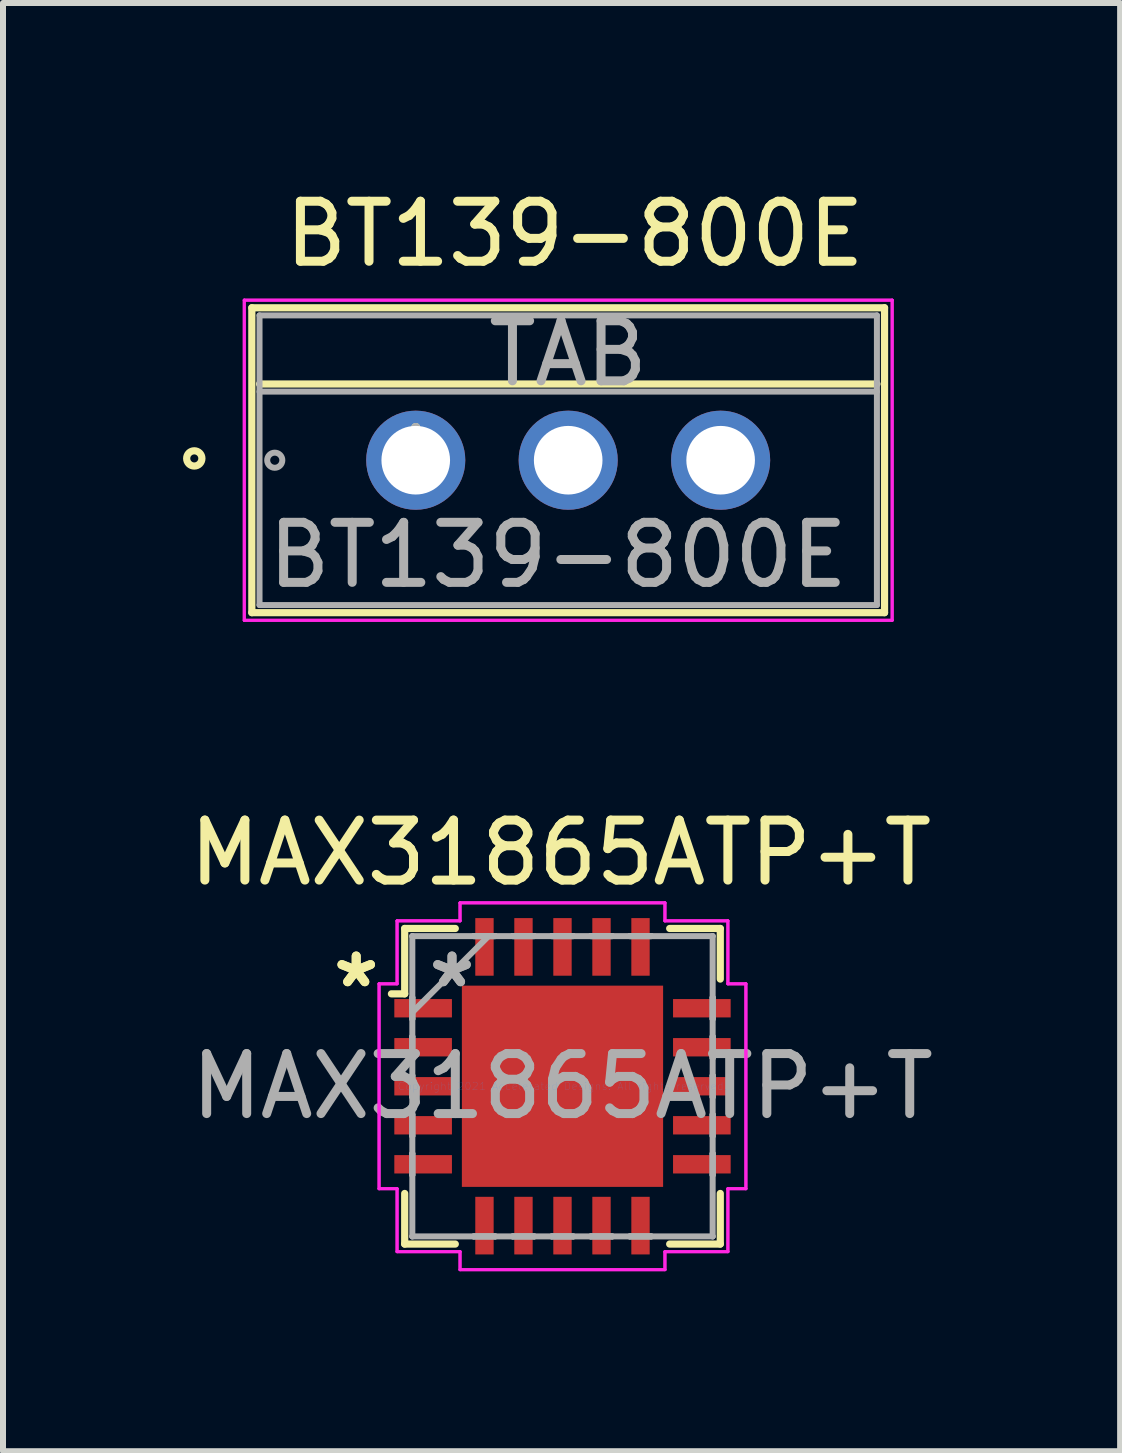
<source format=kicad_pcb>
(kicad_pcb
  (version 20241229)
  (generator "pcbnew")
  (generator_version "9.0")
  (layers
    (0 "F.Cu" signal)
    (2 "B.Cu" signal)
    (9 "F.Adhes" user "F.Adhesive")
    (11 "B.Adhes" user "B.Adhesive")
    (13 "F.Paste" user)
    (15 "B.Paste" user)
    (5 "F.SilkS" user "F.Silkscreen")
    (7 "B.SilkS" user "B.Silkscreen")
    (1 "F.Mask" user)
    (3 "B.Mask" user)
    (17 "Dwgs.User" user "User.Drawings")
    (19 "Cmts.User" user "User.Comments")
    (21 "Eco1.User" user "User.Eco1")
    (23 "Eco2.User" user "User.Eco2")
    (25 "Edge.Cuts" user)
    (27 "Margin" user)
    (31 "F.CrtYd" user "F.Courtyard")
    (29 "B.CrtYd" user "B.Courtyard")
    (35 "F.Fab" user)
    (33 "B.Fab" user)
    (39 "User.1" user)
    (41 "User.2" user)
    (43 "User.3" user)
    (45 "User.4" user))
  (footprint "BT139-800E"
    (layer "F.Cu")
    (at 3.877 4.618)
    (property "Reference" "BT139-800E" (at 2.65 -3.77 0) (layer "F.SilkS") (effects (font (size 1 1) (thickness 0.15))))
    (attr through_hole)
    (fp_line (start -2.731 -2.54) (end -2.731 2.54) (stroke (width 0.12) (type solid)) (layer "F.SilkS"))
    (fp_line (start -2.731 2.54) (end 7.811 2.54) (stroke (width 0.12) (type solid)) (layer "F.SilkS"))
    (fp_line (start -2.603 -1.27) (end 7.684 -1.27) (stroke (width 0.12) (type solid)) (layer "F.SilkS"))
    (fp_line (start 7.811 -2.54) (end -2.731 -2.54) (stroke (width 0.12) (type solid)) (layer "F.SilkS"))
    (fp_line (start 7.811 2.54) (end 7.811 -2.54) (stroke (width 0.12) (type solid)) (layer "F.SilkS"))
    (fp_circle (center -3.69 -0.03) (end -3.563 -0.03) (stroke (width 0.12) (type solid)) (fill no) (layer "F.SilkS"))
    (fp_line (start -2.857 -2.667) (end -2.857 2.667) (stroke (width 0.05) (type solid)) (layer "F.CrtYd"))
    (fp_line (start -2.857 -2.667) (end -2.857 2.667) (stroke (width 0.05) (type solid)) (layer "F.CrtYd"))
    (fp_line (start -2.857 2.667) (end 7.938 2.667) (stroke (width 0.05) (type solid)) (layer "F.CrtYd"))
    (fp_line (start -2.857 2.667) (end 7.938 2.667) (stroke (width 0.05) (type solid)) (layer "F.CrtYd"))
    (fp_line (start 7.938 -2.667) (end -2.857 -2.667) (stroke (width 0.05) (type solid)) (layer "F.CrtYd"))
    (fp_line (start 7.938 -2.667) (end -2.857 -2.667) (stroke (width 0.05) (type solid)) (layer "F.CrtYd"))
    (fp_line (start 7.938 2.667) (end 7.938 -2.667) (stroke (width 0.05) (type solid)) (layer "F.CrtYd"))
    (fp_line (start 7.938 2.667) (end 7.938 -2.667) (stroke (width 0.05) (type solid)) (layer "F.CrtYd"))
    (fp_line (start -2.603 -2.413) (end -2.603 2.413) (stroke (width 0.1) (type solid)) (layer "F.Fab"))
    (fp_line (start -2.603 -1.143) (end 7.684 -1.143) (stroke (width 0.1) (type solid)) (layer "F.Fab"))
    (fp_line (start -2.603 2.413) (end 7.684 2.413) (stroke (width 0.1) (type solid)) (layer "F.Fab"))
    (fp_line (start 7.684 -2.413) (end -2.603 -2.413) (stroke (width 0.1) (type solid)) (layer "F.Fab"))
    (fp_line (start 7.684 2.413) (end 7.684 -2.413) (stroke (width 0.1) (type solid)) (layer "F.Fab"))
    (fp_circle (center -2.349 0) (end -2.223 0) (stroke (width 0.1) (type solid)) (fill no) (layer "F.Fab"))
    (fp_text user "*" (at 0 0 0) (layer "F.SilkS") (effects (font (size 1 1) (thickness 0.15))))
    (fp_text user "TAB" (at 2.54 -1.778 0) (layer "F.Fab") (effects (font (size 1 1) (thickness 0.15))))
    (fp_text user "${REFERENCE}" (at 2.37 1.58 0) (layer "F.Fab") (effects (font (size 1 1) (thickness 0.15))))
    (fp_text user "*" (at 0 0 0) (layer "F.Fab") (effects (font (size 1 1) (thickness 0.15))))
    (pad "1" thru_hole circle (at 0 0) (size 1.651 1.651) (drill 1.143) (layers "*.Cu" "*.Mask"))
    (pad "2" thru_hole circle (at 2.54 0) (size 1.651 1.651) (drill 1.143) (layers "*.Cu" "*.Mask"))
    (pad "3" thru_hole circle (at 5.08 0) (size 1.651 1.651) (drill 1.143) (layers "*.Cu" "*.Mask")))
  (footprint "MAX31865ATP+T"
    (layer "F.Cu")
    (at 6.322 15.049)
    (property "Reference" "MAX31865ATP+T" (at -0.03 -3.89 0) (layer "F.SilkS") (effects (font (size 1 1) (thickness 0.15))))
    (attr through_hole)
    (fp_line (start -2.629 -2.629) (end -2.629 -1.54) (stroke (width 0.12) (type solid)) (layer "F.SilkS"))
    (fp_line (start -2.629 -1.54) (end -2.85 -1.54) (stroke (width 0.12) (type solid)) (layer "F.SilkS"))
    (fp_line (start -2.629 1.786) (end -2.629 2.629) (stroke (width 0.12) (type solid)) (layer "F.SilkS"))
    (fp_line (start -2.629 2.629) (end -1.786 2.629) (stroke (width 0.12) (type solid)) (layer "F.SilkS"))
    (fp_line (start -1.786 -2.629) (end -2.629 -2.629) (stroke (width 0.12) (type solid)) (layer "F.SilkS"))
    (fp_line (start 1.786 2.629) (end 2.629 2.629) (stroke (width 0.12) (type solid)) (layer "F.SilkS"))
    (fp_line (start 2.629 -2.629) (end 1.786 -2.629) (stroke (width 0.12) (type solid)) (layer "F.SilkS"))
    (fp_line (start 2.629 -1.786) (end 2.629 -2.629) (stroke (width 0.12) (type solid)) (layer "F.SilkS"))
    (fp_line (start 2.629 2.629) (end 2.629 1.786) (stroke (width 0.12) (type solid)) (layer "F.SilkS"))
    (fp_poly (pts (xy -1.576 -1.576) (xy -1.576 -0.1) (xy -0.1 -0.1) (xy -0.1 -1.576)) (stroke (width 0.1) (type solid)) (fill yes) (layer "F.Paste"))
    (fp_poly (pts (xy -1.576 0.1) (xy -1.576 1.576) (xy -0.1 1.576) (xy -0.1 0.1)) (stroke (width 0.1) (type solid)) (fill yes) (layer "F.Paste"))
    (fp_poly (pts (xy 0.1 -1.576) (xy 0.1 -0.1) (xy 1.576 -0.1) (xy 1.576 -1.576)) (stroke (width 0.1) (type solid)) (fill yes) (layer "F.Paste"))
    (fp_poly (pts (xy 0.1 0.1) (xy 0.1 1.576) (xy 1.576 1.576) (xy 1.576 0.1)) (stroke (width 0.1) (type solid)) (fill yes) (layer "F.Paste"))
    (fp_line (start -3.056 -1.707) (end -2.756 -1.707) (stroke (width 0.05) (type solid)) (layer "F.CrtYd"))
    (fp_line (start -3.056 -1.707) (end -2.756 -1.707) (stroke (width 0.05) (type solid)) (layer "F.CrtYd"))
    (fp_line (start -3.056 1.707) (end -3.056 -1.707) (stroke (width 0.05) (type solid)) (layer "F.CrtYd"))
    (fp_line (start -3.056 1.707) (end -3.056 -1.707) (stroke (width 0.05) (type solid)) (layer "F.CrtYd"))
    (fp_line (start -2.756 -2.756) (end -1.707 -2.756) (stroke (width 0.05) (type solid)) (layer "F.CrtYd"))
    (fp_line (start -2.756 -2.756) (end -1.707 -2.756) (stroke (width 0.05) (type solid)) (layer "F.CrtYd"))
    (fp_line (start -2.756 -1.707) (end -2.756 -2.756) (stroke (width 0.05) (type solid)) (layer "F.CrtYd"))
    (fp_line (start -2.756 -1.707) (end -2.756 -2.756) (stroke (width 0.05) (type solid)) (layer "F.CrtYd"))
    (fp_line (start -2.756 1.707) (end -3.056 1.707) (stroke (width 0.05) (type solid)) (layer "F.CrtYd"))
    (fp_line (start -2.756 1.707) (end -3.056 1.707) (stroke (width 0.05) (type solid)) (layer "F.CrtYd"))
    (fp_line (start -2.756 2.756) (end -2.756 1.707) (stroke (width 0.05) (type solid)) (layer "F.CrtYd"))
    (fp_line (start -2.756 2.756) (end -2.756 1.707) (stroke (width 0.05) (type solid)) (layer "F.CrtYd"))
    (fp_line (start -1.707 -3.056) (end 1.707 -3.056) (stroke (width 0.05) (type solid)) (layer "F.CrtYd"))
    (fp_line (start -1.707 -3.056) (end 1.707 -3.056) (stroke (width 0.05) (type solid)) (layer "F.CrtYd"))
    (fp_line (start -1.707 -2.756) (end -1.707 -3.056) (stroke (width 0.05) (type solid)) (layer "F.CrtYd"))
    (fp_line (start -1.707 -2.756) (end -1.707 -3.056) (stroke (width 0.05) (type solid)) (layer "F.CrtYd"))
    (fp_line (start -1.707 2.756) (end -2.756 2.756) (stroke (width 0.05) (type solid)) (layer "F.CrtYd"))
    (fp_line (start -1.707 2.756) (end -2.756 2.756) (stroke (width 0.05) (type solid)) (layer "F.CrtYd"))
    (fp_line (start -1.707 3.056) (end -1.707 2.756) (stroke (width 0.05) (type solid)) (layer "F.CrtYd"))
    (fp_line (start -1.707 3.056) (end -1.707 2.756) (stroke (width 0.05) (type solid)) (layer "F.CrtYd"))
    (fp_line (start 1.707 -3.056) (end 1.707 -2.756) (stroke (width 0.05) (type solid)) (layer "F.CrtYd"))
    (fp_line (start 1.707 -3.056) (end 1.707 -2.756) (stroke (width 0.05) (type solid)) (layer "F.CrtYd"))
    (fp_line (start 1.707 -2.756) (end 2.756 -2.756) (stroke (width 0.05) (type solid)) (layer "F.CrtYd"))
    (fp_line (start 1.707 -2.756) (end 2.756 -2.756) (stroke (width 0.05) (type solid)) (layer "F.CrtYd"))
    (fp_line (start 1.707 2.756) (end 1.707 3.056) (stroke (width 0.05) (type solid)) (layer "F.CrtYd"))
    (fp_line (start 1.707 2.756) (end 1.707 3.056) (stroke (width 0.05) (type solid)) (layer "F.CrtYd"))
    (fp_line (start 1.707 3.056) (end -1.707 3.056) (stroke (width 0.05) (type solid)) (layer "F.CrtYd"))
    (fp_line (start 1.707 3.056) (end -1.707 3.056) (stroke (width 0.05) (type solid)) (layer "F.CrtYd"))
    (fp_line (start 2.756 -2.756) (end 2.756 -1.707) (stroke (width 0.05) (type solid)) (layer "F.CrtYd"))
    (fp_line (start 2.756 -2.756) (end 2.756 -1.707) (stroke (width 0.05) (type solid)) (layer "F.CrtYd"))
    (fp_line (start 2.756 -1.707) (end 3.056 -1.707) (stroke (width 0.05) (type solid)) (layer "F.CrtYd"))
    (fp_line (start 2.756 -1.707) (end 3.056 -1.707) (stroke (width 0.05) (type solid)) (layer "F.CrtYd"))
    (fp_line (start 2.756 1.707) (end 2.756 2.756) (stroke (width 0.05) (type solid)) (layer "F.CrtYd"))
    (fp_line (start 2.756 1.707) (end 2.756 2.756) (stroke (width 0.05) (type solid)) (layer "F.CrtYd"))
    (fp_line (start 2.756 2.756) (end 1.707 2.756) (stroke (width 0.05) (type solid)) (layer "F.CrtYd"))
    (fp_line (start 2.756 2.756) (end 1.707 2.756) (stroke (width 0.05) (type solid)) (layer "F.CrtYd"))
    (fp_line (start 3.056 -1.707) (end 3.056 1.707) (stroke (width 0.05) (type solid)) (layer "F.CrtYd"))
    (fp_line (start 3.056 -1.707) (end 3.056 1.707) (stroke (width 0.05) (type solid)) (layer "F.CrtYd"))
    (fp_line (start 3.056 1.707) (end 2.756 1.707) (stroke (width 0.05) (type solid)) (layer "F.CrtYd"))
    (fp_line (start 3.056 1.707) (end 2.756 1.707) (stroke (width 0.05) (type solid)) (layer "F.CrtYd"))
    (fp_line (start -2.502 -2.502) (end -2.502 -2.502) (stroke (width 0.1) (type solid)) (layer "F.Fab"))
    (fp_line (start -2.502 -2.502) (end -2.502 2.502) (stroke (width 0.1) (type solid)) (layer "F.Fab"))
    (fp_line (start -2.502 -1.478) (end -2.502 -1.478) (stroke (width 0.1) (type solid)) (layer "F.Fab"))
    (fp_line (start -2.502 -1.478) (end -2.502 -1.122) (stroke (width 0.1) (type solid)) (layer "F.Fab"))
    (fp_line (start -2.502 -1.232) (end -1.232 -2.502) (stroke (width 0.1) (type solid)) (layer "F.Fab"))
    (fp_line (start -2.502 -1.122) (end -2.502 -1.478) (stroke (width 0.1) (type solid)) (layer "F.Fab"))
    (fp_line (start -2.502 -1.122) (end -2.502 -1.122) (stroke (width 0.1) (type solid)) (layer "F.Fab"))
    (fp_line (start -2.502 -0.828) (end -2.502 -0.828) (stroke (width 0.1) (type solid)) (layer "F.Fab"))
    (fp_line (start -2.502 -0.828) (end -2.502 -0.472) (stroke (width 0.1) (type solid)) (layer "F.Fab"))
    (fp_line (start -2.502 -0.472) (end -2.502 -0.828) (stroke (width 0.1) (type solid)) (layer "F.Fab"))
    (fp_line (start -2.502 -0.472) (end -2.502 -0.472) (stroke (width 0.1) (type solid)) (layer "F.Fab"))
    (fp_line (start -2.502 -0.178) (end -2.502 -0.178) (stroke (width 0.1) (type solid)) (layer "F.Fab"))
    (fp_line (start -2.502 -0.178) (end -2.502 0.178) (stroke (width 0.1) (type solid)) (layer "F.Fab"))
    (fp_line (start -2.502 0.178) (end -2.502 -0.178) (stroke (width 0.1) (type solid)) (layer "F.Fab"))
    (fp_line (start -2.502 0.178) (end -2.502 0.178) (stroke (width 0.1) (type solid)) (layer "F.Fab"))
    (fp_line (start -2.502 0.472) (end -2.502 0.472) (stroke (width 0.1) (type solid)) (layer "F.Fab"))
    (fp_line (start -2.502 0.472) (end -2.502 0.828) (stroke (width 0.1) (type solid)) (layer "F.Fab"))
    (fp_line (start -2.502 0.828) (end -2.502 0.472) (stroke (width 0.1) (type solid)) (layer "F.Fab"))
    (fp_line (start -2.502 0.828) (end -2.502 0.828) (stroke (width 0.1) (type solid)) (layer "F.Fab"))
    (fp_line (start -2.502 1.122) (end -2.502 1.122) (stroke (width 0.1) (type solid)) (layer "F.Fab"))
    (fp_line (start -2.502 1.122) (end -2.502 1.478) (stroke (width 0.1) (type solid)) (layer "F.Fab"))
    (fp_line (start -2.502 1.478) (end -2.502 1.122) (stroke (width 0.1) (type solid)) (layer "F.Fab"))
    (fp_line (start -2.502 1.478) (end -2.502 1.478) (stroke (width 0.1) (type solid)) (layer "F.Fab"))
    (fp_line (start -2.502 2.502) (end -2.502 2.502) (stroke (width 0.1) (type solid)) (layer "F.Fab"))
    (fp_line (start -2.502 2.502) (end 2.502 2.502) (stroke (width 0.1) (type solid)) (layer "F.Fab"))
    (fp_line (start -1.478 -2.502) (end -1.478 -2.502) (stroke (width 0.1) (type solid)) (layer "F.Fab"))
    (fp_line (start -1.478 -2.502) (end -1.122 -2.502) (stroke (width 0.1) (type solid)) (layer "F.Fab"))
    (fp_line (start -1.478 2.502) (end -1.478 2.502) (stroke (width 0.1) (type solid)) (layer "F.Fab"))
    (fp_line (start -1.478 2.502) (end -1.122 2.502) (stroke (width 0.1) (type solid)) (layer "F.Fab"))
    (fp_line (start -1.122 -2.502) (end -1.478 -2.502) (stroke (width 0.1) (type solid)) (layer "F.Fab"))
    (fp_line (start -1.122 -2.502) (end -1.122 -2.502) (stroke (width 0.1) (type solid)) (layer "F.Fab"))
    (fp_line (start -1.122 2.502) (end -1.478 2.502) (stroke (width 0.1) (type solid)) (layer "F.Fab"))
    (fp_line (start -1.122 2.502) (end -1.122 2.502) (stroke (width 0.1) (type solid)) (layer "F.Fab"))
    (fp_line (start -0.828 -2.502) (end -0.828 -2.502) (stroke (width 0.1) (type solid)) (layer "F.Fab"))
    (fp_line (start -0.828 -2.502) (end -0.472 -2.502) (stroke (width 0.1) (type solid)) (layer "F.Fab"))
    (fp_line (start -0.828 2.502) (end -0.828 2.502) (stroke (width 0.1) (type solid)) (layer "F.Fab"))
    (fp_line (start -0.828 2.502) (end -0.472 2.502) (stroke (width 0.1) (type solid)) (layer "F.Fab"))
    (fp_line (start -0.472 -2.502) (end -0.828 -2.502) (stroke (width 0.1) (type solid)) (layer "F.Fab"))
    (fp_line (start -0.472 -2.502) (end -0.472 -2.502) (stroke (width 0.1) (type solid)) (layer "F.Fab"))
    (fp_line (start -0.472 2.502) (end -0.828 2.502) (stroke (width 0.1) (type solid)) (layer "F.Fab"))
    (fp_line (start -0.472 2.502) (end -0.472 2.502) (stroke (width 0.1) (type solid)) (layer "F.Fab"))
    (fp_line (start -0.178 -2.502) (end -0.178 -2.502) (stroke (width 0.1) (type solid)) (layer "F.Fab"))
    (fp_line (start -0.178 -2.502) (end 0.178 -2.502) (stroke (width 0.1) (type solid)) (layer "F.Fab"))
    (fp_line (start -0.178 2.502) (end -0.178 2.502) (stroke (width 0.1) (type solid)) (layer "F.Fab"))
    (fp_line (start -0.178 2.502) (end 0.178 2.502) (stroke (width 0.1) (type solid)) (layer "F.Fab"))
    (fp_line (start 0.178 -2.502) (end -0.178 -2.502) (stroke (width 0.1) (type solid)) (layer "F.Fab"))
    (fp_line (start 0.178 -2.502) (end 0.178 -2.502) (stroke (width 0.1) (type solid)) (layer "F.Fab"))
    (fp_line (start 0.178 2.502) (end -0.178 2.502) (stroke (width 0.1) (type solid)) (layer "F.Fab"))
    (fp_line (start 0.178 2.502) (end 0.178 2.502) (stroke (width 0.1) (type solid)) (layer "F.Fab"))
    (fp_line (start 0.472 -2.502) (end 0.472 -2.502) (stroke (width 0.1) (type solid)) (layer "F.Fab"))
    (fp_line (start 0.472 -2.502) (end 0.828 -2.502) (stroke (width 0.1) (type solid)) (layer "F.Fab"))
    (fp_line (start 0.472 2.502) (end 0.472 2.502) (stroke (width 0.1) (type solid)) (layer "F.Fab"))
    (fp_line (start 0.472 2.502) (end 0.828 2.502) (stroke (width 0.1) (type solid)) (layer "F.Fab"))
    (fp_line (start 0.828 -2.502) (end 0.472 -2.502) (stroke (width 0.1) (type solid)) (layer "F.Fab"))
    (fp_line (start 0.828 -2.502) (end 0.828 -2.502) (stroke (width 0.1) (type solid)) (layer "F.Fab"))
    (fp_line (start 0.828 2.502) (end 0.472 2.502) (stroke (width 0.1) (type solid)) (layer "F.Fab"))
    (fp_line (start 0.828 2.502) (end 0.828 2.502) (stroke (width 0.1) (type solid)) (layer "F.Fab"))
    (fp_line (start 1.122 -2.502) (end 1.122 -2.502) (stroke (width 0.1) (type solid)) (layer "F.Fab"))
    (fp_line (start 1.122 -2.502) (end 1.478 -2.502) (stroke (width 0.1) (type solid)) (layer "F.Fab"))
    (fp_line (start 1.122 2.502) (end 1.122 2.502) (stroke (width 0.1) (type solid)) (layer "F.Fab"))
    (fp_line (start 1.122 2.502) (end 1.478 2.502) (stroke (width 0.1) (type solid)) (layer "F.Fab"))
    (fp_line (start 1.478 -2.502) (end 1.122 -2.502) (stroke (width 0.1) (type solid)) (layer "F.Fab"))
    (fp_line (start 1.478 -2.502) (end 1.478 -2.502) (stroke (width 0.1) (type solid)) (layer "F.Fab"))
    (fp_line (start 1.478 2.502) (end 1.122 2.502) (stroke (width 0.1) (type solid)) (layer "F.Fab"))
    (fp_line (start 1.478 2.502) (end 1.478 2.502) (stroke (width 0.1) (type solid)) (layer "F.Fab"))
    (fp_line (start 2.502 -2.502) (end -2.502 -2.502) (stroke (width 0.1) (type solid)) (layer "F.Fab"))
    (fp_line (start 2.502 -2.502) (end 2.502 -2.502) (stroke (width 0.1) (type solid)) (layer "F.Fab"))
    (fp_line (start 2.502 -1.478) (end 2.502 -1.478) (stroke (width 0.1) (type solid)) (layer "F.Fab"))
    (fp_line (start 2.502 -1.478) (end 2.502 -1.122) (stroke (width 0.1) (type solid)) (layer "F.Fab"))
    (fp_line (start 2.502 -1.122) (end 2.502 -1.478) (stroke (width 0.1) (type solid)) (layer "F.Fab"))
    (fp_line (start 2.502 -1.122) (end 2.502 -1.122) (stroke (width 0.1) (type solid)) (layer "F.Fab"))
    (fp_line (start 2.502 -0.828) (end 2.502 -0.828) (stroke (width 0.1) (type solid)) (layer "F.Fab"))
    (fp_line (start 2.502 -0.828) (end 2.502 -0.472) (stroke (width 0.1) (type solid)) (layer "F.Fab"))
    (fp_line (start 2.502 -0.472) (end 2.502 -0.828) (stroke (width 0.1) (type solid)) (layer "F.Fab"))
    (fp_line (start 2.502 -0.472) (end 2.502 -0.472) (stroke (width 0.1) (type solid)) (layer "F.Fab"))
    (fp_line (start 2.502 -0.178) (end 2.502 -0.178) (stroke (width 0.1) (type solid)) (layer "F.Fab"))
    (fp_line (start 2.502 -0.178) (end 2.502 0.178) (stroke (width 0.1) (type solid)) (layer "F.Fab"))
    (fp_line (start 2.502 0.178) (end 2.502 -0.178) (stroke (width 0.1) (type solid)) (layer "F.Fab"))
    (fp_line (start 2.502 0.178) (end 2.502 0.178) (stroke (width 0.1) (type solid)) (layer "F.Fab"))
    (fp_line (start 2.502 0.472) (end 2.502 0.472) (stroke (width 0.1) (type solid)) (layer "F.Fab"))
    (fp_line (start 2.502 0.472) (end 2.502 0.828) (stroke (width 0.1) (type solid)) (layer "F.Fab"))
    (fp_line (start 2.502 0.828) (end 2.502 0.472) (stroke (width 0.1) (type solid)) (layer "F.Fab"))
    (fp_line (start 2.502 0.828) (end 2.502 0.828) (stroke (width 0.1) (type solid)) (layer "F.Fab"))
    (fp_line (start 2.502 1.122) (end 2.502 1.122) (stroke (width 0.1) (type solid)) (layer "F.Fab"))
    (fp_line (start 2.502 1.122) (end 2.502 1.478) (stroke (width 0.1) (type solid)) (layer "F.Fab"))
    (fp_line (start 2.502 1.478) (end 2.502 1.122) (stroke (width 0.1) (type solid)) (layer "F.Fab"))
    (fp_line (start 2.502 1.478) (end 2.502 1.478) (stroke (width 0.1) (type solid)) (layer "F.Fab"))
    (fp_line (start 2.502 2.502) (end 2.502 -2.502) (stroke (width 0.1) (type solid)) (layer "F.Fab"))
    (fp_line (start 2.502 2.502) (end 2.502 2.502) (stroke (width 0.1) (type solid)) (layer "F.Fab"))
    (fp_text user "*" (at -3.437 -1.625 0) (layer "F.SilkS") (effects (font (size 1 1) (thickness 0.15))))
    (fp_text user "*" (at -3.437 -1.625 0) (layer "F.SilkS") (effects (font (size 1 1) (thickness 0.15))))
    (fp_text user "Copyright 2021 Accelerated Designs. All rights reserved." (at 0 0 0) (layer "Cmts.User") (effects (font (size 0.127 0.127) (thickness 0.002))))
    (fp_text user "*" (at -1.841 -1.625 0) (layer "F.Fab") (effects (font (size 1 1) (thickness 0.15))))
    (fp_text user "*" (at -1.841 -1.625 0) (layer "F.Fab") (effects (font (size 1 1) (thickness 0.15))))
    (fp_text user "${REFERENCE}" (at 0 0 0) (layer "F.Fab") (effects (font (size 1 1) (thickness 0.15))))
    (pad "1" smd rect (at -2.322 -1.3 90) (size 0.306 0.96) (layers "F.Cu" "F.Mask" "F.Paste"))
    (pad "2" smd rect (at -2.322 -0.65 90) (size 0.306 0.96) (layers "F.Cu" "F.Mask" "F.Paste"))
    (pad "3" smd rect (at -2.322 0 90) (size 0.306 0.96) (layers "F.Cu" "F.Mask" "F.Paste"))
    (pad "4" smd rect (at -2.322 0.65 90) (size 0.306 0.96) (layers "F.Cu" "F.Mask" "F.Paste"))
    (pad "5" smd rect (at -2.322 1.3 90) (size 0.306 0.96) (layers "F.Cu" "F.Mask" "F.Paste"))
    (pad "6" smd rect (at -1.3 2.322) (size 0.306 0.96) (layers "F.Cu" "F.Mask" "F.Paste"))
    (pad "7" smd rect (at -0.65 2.322) (size 0.306 0.96) (layers "F.Cu" "F.Mask" "F.Paste"))
    (pad "8" smd rect (at 0 2.322) (size 0.306 0.96) (layers "F.Cu" "F.Mask" "F.Paste"))
    (pad "9" smd rect (at 0.65 2.322) (size 0.306 0.96) (layers "F.Cu" "F.Mask" "F.Paste"))
    (pad "10" smd rect (at 1.3 2.322) (size 0.306 0.96) (layers "F.Cu" "F.Mask" "F.Paste"))
    (pad "11" smd rect (at 2.322 1.3 90) (size 0.306 0.96) (layers "F.Cu" "F.Mask" "F.Paste"))
    (pad "12" smd rect (at 2.322 0.65 90) (size 0.306 0.96) (layers "F.Cu" "F.Mask" "F.Paste"))
    (pad "13" smd rect (at 2.322 0 90) (size 0.306 0.96) (layers "F.Cu" "F.Mask" "F.Paste"))
    (pad "14" smd rect (at 2.322 -0.65 90) (size 0.306 0.96) (layers "F.Cu" "F.Mask" "F.Paste"))
    (pad "15" smd rect (at 2.322 -1.3 90) (size 0.306 0.96) (layers "F.Cu" "F.Mask" "F.Paste"))
    (pad "16" smd rect (at 1.3 -2.322) (size 0.306 0.96) (layers "F.Cu" "F.Mask" "F.Paste"))
    (pad "17" smd rect (at 0.65 -2.322) (size 0.306 0.96) (layers "F.Cu" "F.Mask" "F.Paste"))
    (pad "18" smd rect (at 0 -2.322) (size 0.306 0.96) (layers "F.Cu" "F.Mask" "F.Paste"))
    (pad "19" smd rect (at -0.65 -2.322) (size 0.306 0.96) (layers "F.Cu" "F.Mask" "F.Paste"))
    (pad "20" smd rect (at -1.3 -2.322) (size 0.306 0.96) (layers "F.Cu" "F.Mask" "F.Paste"))
    (pad "21" smd rect (at 0 0) (size 3.353 3.353) (layers "F.Cu" "F.Mask")))
  (gr_rect
    (start -3 -3)
    (end 15.613 21.129)
    (stroke (width 0.1) (type default))
    (fill no)
    (layer "Edge.Cuts")))
</source>
